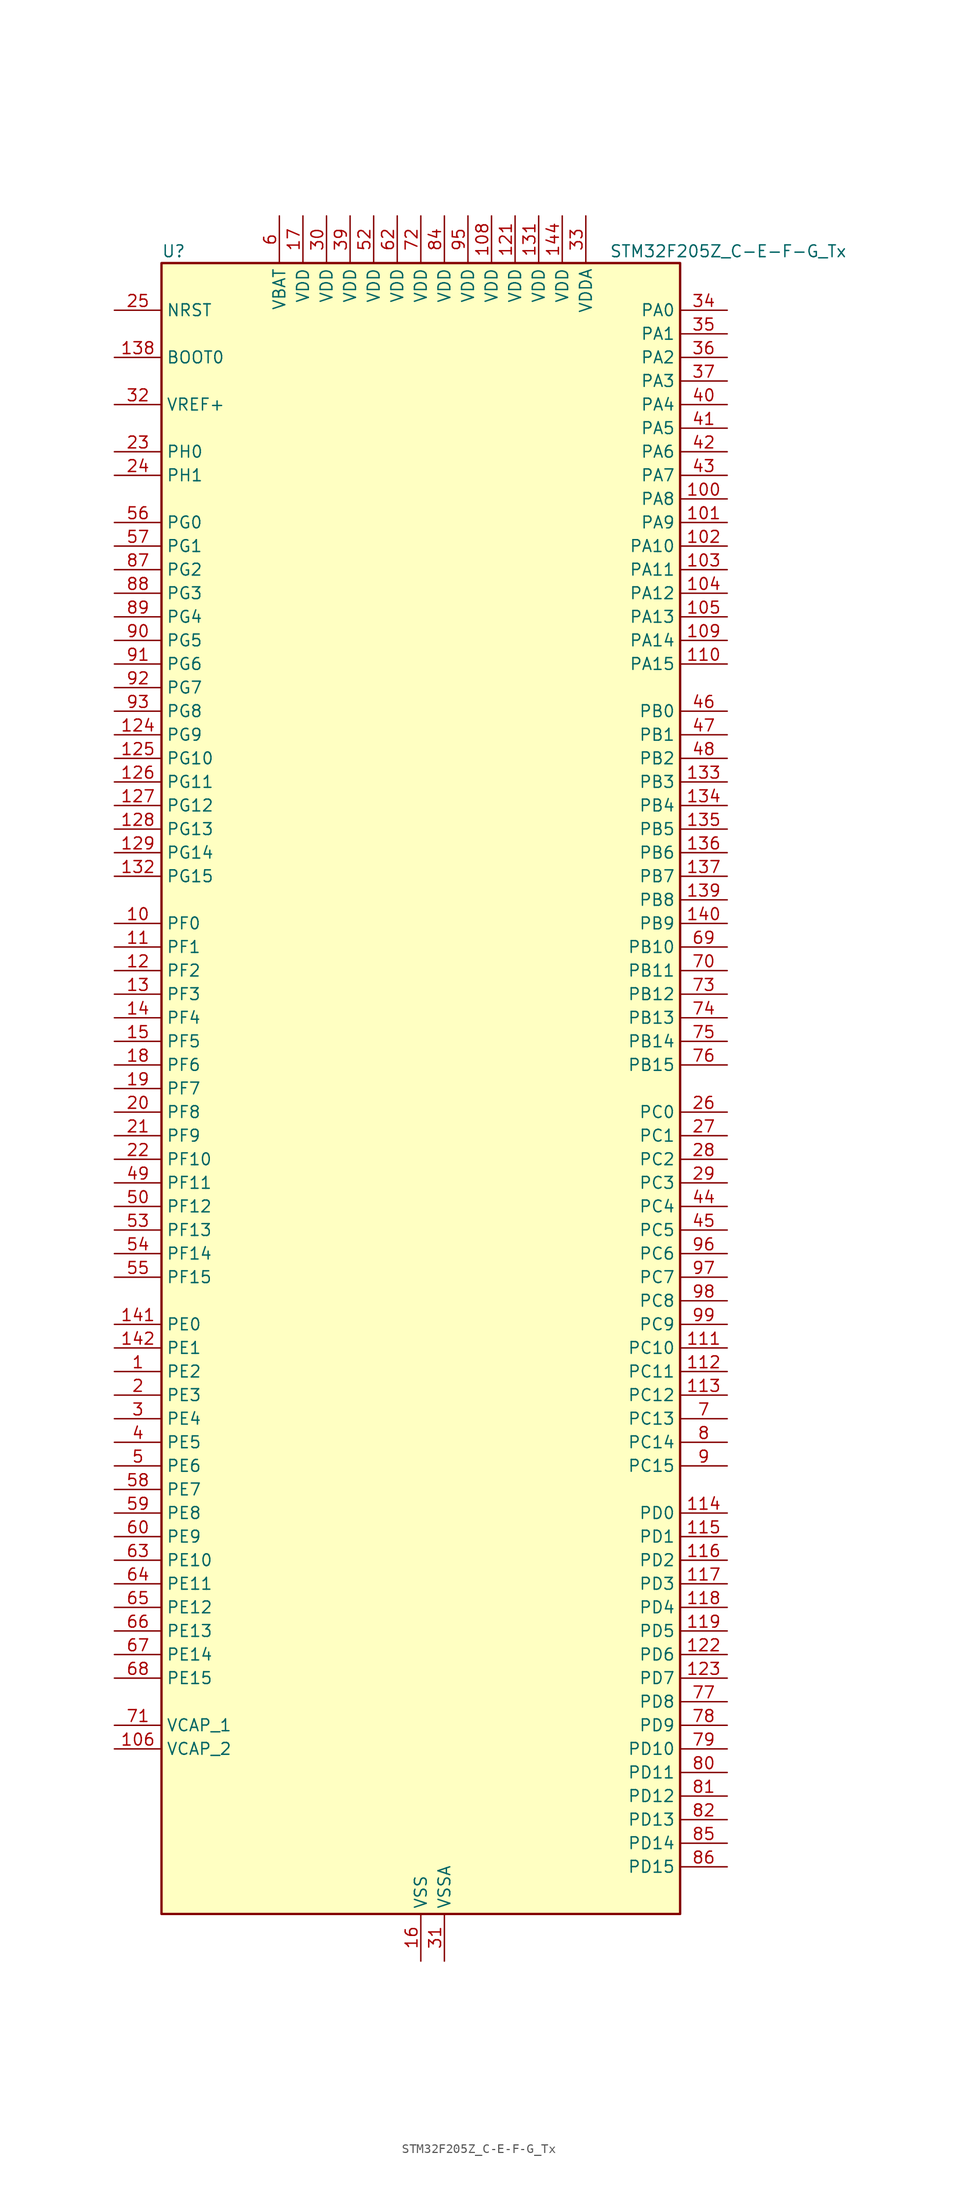
<source format=kicad_sym>
(kicad_symbol_lib
  (version 20241209)
  (generator "kicad_symbol_editor")
  (generator_version "9.0")
  (symbol "STM32F205Z_C-E-F-G_Tx"
    (property "Reference" "U"
      (at -27.94 90.17 0)
      (effects (font (size 1.27 1.27)) (justify left)))
    (property "Value" "STM32F205Z_C-E-F-G_Tx"
      (at 20.32 90.17 0)
      (effects (font (size 1.27 1.27)) (justify left)))
    (symbol "STM32F205Z_C-E-F-G_Tx_0_1"
      (rectangle (start -27.94 -88.9) (end 27.94 88.9) (stroke (width 0.254) (type default)) (fill (type background))))
    (symbol "STM32F205Z_C-E-F-G_Tx_1_1"
      (pin input line (at -33.02 83.82 0) (length 5.08) (name "NRST" (effects (font (size 1.27 1.27)))) (number "25" (effects (font (size 1.27 1.27)))))
      (pin input line (at -33.02 78.74 0) (length 5.08) (name "BOOT0" (effects (font (size 1.27 1.27)))) (number "138" (effects (font (size 1.27 1.27)))))
      (pin input line (at -33.02 73.66 0) (length 5.08) (name "VREF+" (effects (font (size 1.27 1.27)))) (number "32" (effects (font (size 1.27 1.27)))))
      (pin bidirectional line (at -33.02 68.58 0) (length 5.08) (name "PH0" (effects (font (size 1.27 1.27)))) (number "23" (effects (font (size 1.27 1.27)))) (alternate "RCC_OSC_IN" bidirectional line))
      (pin bidirectional line (at -33.02 66.04 0) (length 5.08) (name "PH1" (effects (font (size 1.27 1.27)))) (number "24" (effects (font (size 1.27 1.27)))) (alternate "RCC_OSC_OUT" bidirectional line))
      (pin bidirectional line (at -33.02 60.96 0) (length 5.08) (name "PG0" (effects (font (size 1.27 1.27)))) (number "56" (effects (font (size 1.27 1.27)))) (alternate "FSMC_A10" bidirectional line))
      (pin bidirectional line (at -33.02 58.42 0) (length 5.08) (name "PG1" (effects (font (size 1.27 1.27)))) (number "57" (effects (font (size 1.27 1.27)))) (alternate "FSMC_A11" bidirectional line))
      (pin bidirectional line (at -33.02 55.88 0) (length 5.08) (name "PG2" (effects (font (size 1.27 1.27)))) (number "87" (effects (font (size 1.27 1.27)))) (alternate "FSMC_A12" bidirectional line))
      (pin bidirectional line (at -33.02 53.34 0) (length 5.08) (name "PG3" (effects (font (size 1.27 1.27)))) (number "88" (effects (font (size 1.27 1.27)))) (alternate "FSMC_A13" bidirectional line))
      (pin bidirectional line (at -33.02 50.8 0) (length 5.08) (name "PG4" (effects (font (size 1.27 1.27)))) (number "89" (effects (font (size 1.27 1.27)))) (alternate "FSMC_A14" bidirectional line))
      (pin bidirectional line (at -33.02 48.26 0) (length 5.08) (name "PG5" (effects (font (size 1.27 1.27)))) (number "90" (effects (font (size 1.27 1.27)))) (alternate "FSMC_A15" bidirectional line))
      (pin bidirectional line (at -33.02 45.72 0) (length 5.08) (name "PG6" (effects (font (size 1.27 1.27)))) (number "91" (effects (font (size 1.27 1.27)))) (alternate "FSMC_INT2" bidirectional line))
      (pin bidirectional line (at -33.02 43.18 0) (length 5.08) (name "PG7" (effects (font (size 1.27 1.27)))) (number "92" (effects (font (size 1.27 1.27)))) (alternate "FSMC_INT3" bidirectional line) (alternate "USART6_CK" bidirectional line))
      (pin bidirectional line (at -33.02 40.64 0) (length 5.08) (name "PG8" (effects (font (size 1.27 1.27)))) (number "93" (effects (font (size 1.27 1.27)))) (alternate "USART6_RTS" bidirectional line))
      (pin bidirectional line (at -33.02 38.1 0) (length 5.08) (name "PG9" (effects (font (size 1.27 1.27)))) (number "124" (effects (font (size 1.27 1.27)))) (alternate "DAC_EXTI9" bidirectional line) (alternate "FSMC_NCE3" bidirectional line) (alternate "FSMC_NE2" bidirectional line) (alternate "USART6_RX" bidirectional line))
      (pin bidirectional line (at -33.02 35.56 0) (length 5.08) (name "PG10" (effects (font (size 1.27 1.27)))) (number "125" (effects (font (size 1.27 1.27)))) (alternate "FSMC_NCE4_1" bidirectional line) (alternate "FSMC_NE3" bidirectional line))
      (pin bidirectional line (at -33.02 33.02 0) (length 5.08) (name "PG11" (effects (font (size 1.27 1.27)))) (number "126" (effects (font (size 1.27 1.27)))) (alternate "ADC1_EXTI11" bidirectional line) (alternate "ADC2_EXTI11" bidirectional line) (alternate "ADC3_EXTI11" bidirectional line) (alternate "FSMC_NCE4_2" bidirectional line))
      (pin bidirectional line (at -33.02 30.48 0) (length 5.08) (name "PG12" (effects (font (size 1.27 1.27)))) (number "127" (effects (font (size 1.27 1.27)))) (alternate "FSMC_NE4" bidirectional line) (alternate "USART6_RTS" bidirectional line))
      (pin bidirectional line (at -33.02 27.94 0) (length 5.08) (name "PG13" (effects (font (size 1.27 1.27)))) (number "128" (effects (font (size 1.27 1.27)))) (alternate "FSMC_A24" bidirectional line) (alternate "USART6_CTS" bidirectional line))
      (pin bidirectional line (at -33.02 25.4 0) (length 5.08) (name "PG14" (effects (font (size 1.27 1.27)))) (number "129" (effects (font (size 1.27 1.27)))) (alternate "FSMC_A25" bidirectional line) (alternate "USART6_TX" bidirectional line))
      (pin bidirectional line (at -33.02 22.86 0) (length 5.08) (name "PG15" (effects (font (size 1.27 1.27)))) (number "132" (effects (font (size 1.27 1.27)))) (alternate "ADC1_EXTI15" bidirectional line) (alternate "ADC2_EXTI15" bidirectional line) (alternate "ADC3_EXTI15" bidirectional line) (alternate "USART6_CTS" bidirectional line))
      (pin bidirectional line (at -33.02 17.78 0) (length 5.08) (name "PF0" (effects (font (size 1.27 1.27)))) (number "10" (effects (font (size 1.27 1.27)))) (alternate "FSMC_A0" bidirectional line) (alternate "I2C2_SDA" bidirectional line))
      (pin bidirectional line (at -33.02 15.24 0) (length 5.08) (name "PF1" (effects (font (size 1.27 1.27)))) (number "11" (effects (font (size 1.27 1.27)))) (alternate "FSMC_A1" bidirectional line) (alternate "I2C2_SCL" bidirectional line))
      (pin bidirectional line (at -33.02 12.7 0) (length 5.08) (name "PF2" (effects (font (size 1.27 1.27)))) (number "12" (effects (font (size 1.27 1.27)))) (alternate "FSMC_A2" bidirectional line) (alternate "I2C2_SMBA" bidirectional line))
      (pin bidirectional line (at -33.02 10.16 0) (length 5.08) (name "PF3" (effects (font (size 1.27 1.27)))) (number "13" (effects (font (size 1.27 1.27)))) (alternate "ADC3_IN9" bidirectional line) (alternate "FSMC_A3" bidirectional line))
      (pin bidirectional line (at -33.02 7.62 0) (length 5.08) (name "PF4" (effects (font (size 1.27 1.27)))) (number "14" (effects (font (size 1.27 1.27)))) (alternate "ADC3_IN14" bidirectional line) (alternate "FSMC_A4" bidirectional line))
      (pin bidirectional line (at -33.02 5.08 0) (length 5.08) (name "PF5" (effects (font (size 1.27 1.27)))) (number "15" (effects (font (size 1.27 1.27)))) (alternate "ADC3_IN15" bidirectional line) (alternate "FSMC_A5" bidirectional line))
      (pin bidirectional line (at -33.02 2.54 0) (length 5.08) (name "PF6" (effects (font (size 1.27 1.27)))) (number "18" (effects (font (size 1.27 1.27)))) (alternate "ADC3_IN4" bidirectional line) (alternate "FSMC_NIORD" bidirectional line) (alternate "TIM10_CH1" bidirectional line))
      (pin bidirectional line (at -33.02 0 0) (length 5.08) (name "PF7" (effects (font (size 1.27 1.27)))) (number "19" (effects (font (size 1.27 1.27)))) (alternate "ADC3_IN5" bidirectional line) (alternate "FSMC_NREG" bidirectional line) (alternate "TIM11_CH1" bidirectional line))
      (pin bidirectional line (at -33.02 -2.54 0) (length 5.08) (name "PF8" (effects (font (size 1.27 1.27)))) (number "20" (effects (font (size 1.27 1.27)))) (alternate "ADC3_IN6" bidirectional line) (alternate "FSMC_NIOWR" bidirectional line) (alternate "TIM13_CH1" bidirectional line))
      (pin bidirectional line (at -33.02 -5.08 0) (length 5.08) (name "PF9" (effects (font (size 1.27 1.27)))) (number "21" (effects (font (size 1.27 1.27)))) (alternate "ADC3_IN7" bidirectional line) (alternate "DAC_EXTI9" bidirectional line) (alternate "FSMC_CD" bidirectional line) (alternate "TIM14_CH1" bidirectional line))
      (pin bidirectional line (at -33.02 -7.62 0) (length 5.08) (name "PF10" (effects (font (size 1.27 1.27)))) (number "22" (effects (font (size 1.27 1.27)))) (alternate "ADC3_IN8" bidirectional line) (alternate "FSMC_INTR" bidirectional line))
      (pin bidirectional line (at -33.02 -10.16 0) (length 5.08) (name "PF11" (effects (font (size 1.27 1.27)))) (number "49" (effects (font (size 1.27 1.27)))) (alternate "ADC1_EXTI11" bidirectional line) (alternate "ADC2_EXTI11" bidirectional line) (alternate "ADC3_EXTI11" bidirectional line))
      (pin bidirectional line (at -33.02 -12.7 0) (length 5.08) (name "PF12" (effects (font (size 1.27 1.27)))) (number "50" (effects (font (size 1.27 1.27)))) (alternate "FSMC_A6" bidirectional line))
      (pin bidirectional line (at -33.02 -15.24 0) (length 5.08) (name "PF13" (effects (font (size 1.27 1.27)))) (number "53" (effects (font (size 1.27 1.27)))) (alternate "FSMC_A7" bidirectional line))
      (pin bidirectional line (at -33.02 -17.78 0) (length 5.08) (name "PF14" (effects (font (size 1.27 1.27)))) (number "54" (effects (font (size 1.27 1.27)))) (alternate "FSMC_A8" bidirectional line))
      (pin bidirectional line (at -33.02 -20.32 0) (length 5.08) (name "PF15" (effects (font (size 1.27 1.27)))) (number "55" (effects (font (size 1.27 1.27)))) (alternate "ADC1_EXTI15" bidirectional line) (alternate "ADC2_EXTI15" bidirectional line) (alternate "ADC3_EXTI15" bidirectional line) (alternate "FSMC_A9" bidirectional line))
      (pin bidirectional line (at -33.02 -25.4 0) (length 5.08) (name "PE0" (effects (font (size 1.27 1.27)))) (number "141" (effects (font (size 1.27 1.27)))) (alternate "FSMC_NBL0" bidirectional line) (alternate "TIM4_ETR" bidirectional line))
      (pin bidirectional line (at -33.02 -27.94 0) (length 5.08) (name "PE1" (effects (font (size 1.27 1.27)))) (number "142" (effects (font (size 1.27 1.27)))) (alternate "FSMC_NBL1" bidirectional line))
      (pin bidirectional line (at -33.02 -30.48 0) (length 5.08) (name "PE2" (effects (font (size 1.27 1.27)))) (number "1" (effects (font (size 1.27 1.27)))) (alternate "FSMC_A23" bidirectional line) (alternate "SYS_TRACECLK" bidirectional line))
      (pin bidirectional line (at -33.02 -33.02 0) (length 5.08) (name "PE3" (effects (font (size 1.27 1.27)))) (number "2" (effects (font (size 1.27 1.27)))) (alternate "FSMC_A19" bidirectional line) (alternate "SYS_TRACED0" bidirectional line))
      (pin bidirectional line (at -33.02 -35.56 0) (length 5.08) (name "PE4" (effects (font (size 1.27 1.27)))) (number "3" (effects (font (size 1.27 1.27)))) (alternate "FSMC_A20" bidirectional line) (alternate "SYS_TRACED1" bidirectional line))
      (pin bidirectional line (at -33.02 -38.1 0) (length 5.08) (name "PE5" (effects (font (size 1.27 1.27)))) (number "4" (effects (font (size 1.27 1.27)))) (alternate "FSMC_A21" bidirectional line) (alternate "SYS_TRACED2" bidirectional line) (alternate "TIM9_CH1" bidirectional line))
      (pin bidirectional line (at -33.02 -40.64 0) (length 5.08) (name "PE6" (effects (font (size 1.27 1.27)))) (number "5" (effects (font (size 1.27 1.27)))) (alternate "FSMC_A22" bidirectional line) (alternate "SYS_TRACED3" bidirectional line) (alternate "TIM9_CH2" bidirectional line))
      (pin bidirectional line (at -33.02 -43.18 0) (length 5.08) (name "PE7" (effects (font (size 1.27 1.27)))) (number "58" (effects (font (size 1.27 1.27)))) (alternate "FSMC_D4" bidirectional line) (alternate "FSMC_DA4" bidirectional line) (alternate "TIM1_ETR" bidirectional line))
      (pin bidirectional line (at -33.02 -45.72 0) (length 5.08) (name "PE8" (effects (font (size 1.27 1.27)))) (number "59" (effects (font (size 1.27 1.27)))) (alternate "FSMC_D5" bidirectional line) (alternate "FSMC_DA5" bidirectional line) (alternate "TIM1_CH1N" bidirectional line))
      (pin bidirectional line (at -33.02 -48.26 0) (length 5.08) (name "PE9" (effects (font (size 1.27 1.27)))) (number "60" (effects (font (size 1.27 1.27)))) (alternate "DAC_EXTI9" bidirectional line) (alternate "FSMC_D6" bidirectional line) (alternate "FSMC_DA6" bidirectional line) (alternate "TIM1_CH1" bidirectional line))
      (pin bidirectional line (at -33.02 -50.8 0) (length 5.08) (name "PE10" (effects (font (size 1.27 1.27)))) (number "63" (effects (font (size 1.27 1.27)))) (alternate "FSMC_D7" bidirectional line) (alternate "FSMC_DA7" bidirectional line) (alternate "TIM1_CH2N" bidirectional line))
      (pin bidirectional line (at -33.02 -53.34 0) (length 5.08) (name "PE11" (effects (font (size 1.27 1.27)))) (number "64" (effects (font (size 1.27 1.27)))) (alternate "ADC1_EXTI11" bidirectional line) (alternate "ADC2_EXTI11" bidirectional line) (alternate "ADC3_EXTI11" bidirectional line) (alternate "FSMC_D8" bidirectional line) (alternate "FSMC_DA8" bidirectional line) (alternate "TIM1_CH2" bidirectional line))
      (pin bidirectional line (at -33.02 -55.88 0) (length 5.08) (name "PE12" (effects (font (size 1.27 1.27)))) (number "65" (effects (font (size 1.27 1.27)))) (alternate "FSMC_D9" bidirectional line) (alternate "FSMC_DA9" bidirectional line) (alternate "TIM1_CH3N" bidirectional line))
      (pin bidirectional line (at -33.02 -58.42 0) (length 5.08) (name "PE13" (effects (font (size 1.27 1.27)))) (number "66" (effects (font (size 1.27 1.27)))) (alternate "FSMC_D10" bidirectional line) (alternate "FSMC_DA10" bidirectional line) (alternate "TIM1_CH3" bidirectional line))
      (pin bidirectional line (at -33.02 -60.96 0) (length 5.08) (name "PE14" (effects (font (size 1.27 1.27)))) (number "67" (effects (font (size 1.27 1.27)))) (alternate "FSMC_D11" bidirectional line) (alternate "FSMC_DA11" bidirectional line) (alternate "TIM1_CH4" bidirectional line))
      (pin bidirectional line (at -33.02 -63.5 0) (length 5.08) (name "PE15" (effects (font (size 1.27 1.27)))) (number "68" (effects (font (size 1.27 1.27)))) (alternate "ADC1_EXTI15" bidirectional line) (alternate "ADC2_EXTI15" bidirectional line) (alternate "ADC3_EXTI15" bidirectional line) (alternate "FSMC_D12" bidirectional line) (alternate "FSMC_DA12" bidirectional line) (alternate "TIM1_BKIN" bidirectional line))
      (pin power_out line (at -33.02 -68.58 0) (length 5.08) (name "VCAP_1" (effects (font (size 1.27 1.27)))) (number "71" (effects (font (size 1.27 1.27)))))
      (pin power_out line (at -33.02 -71.12 0) (length 5.08) (name "VCAP_2" (effects (font (size 1.27 1.27)))) (number "106" (effects (font (size 1.27 1.27)))))
      (pin no_connect line (at -27.94 -88.9 0) (length 5.08) (hide yes) (name "RFU" (effects (font (size 1.27 1.27)))) (number "143" (effects (font (size 1.27 1.27)))))
      (pin power_in line (at -15.24 93.98 270) (length 5.08) (name "VBAT" (effects (font (size 1.27 1.27)))) (number "6" (effects (font (size 1.27 1.27)))))
      (pin power_in line (at -12.7 93.98 270) (length 5.08) (name "VDD" (effects (font (size 1.27 1.27)))) (number "17" (effects (font (size 1.27 1.27)))))
      (pin power_in line (at -10.16 93.98 270) (length 5.08) (name "VDD" (effects (font (size 1.27 1.27)))) (number "30" (effects (font (size 1.27 1.27)))))
      (pin power_in line (at -7.62 93.98 270) (length 5.08) (name "VDD" (effects (font (size 1.27 1.27)))) (number "39" (effects (font (size 1.27 1.27)))))
      (pin power_in line (at -5.08 93.98 270) (length 5.08) (name "VDD" (effects (font (size 1.27 1.27)))) (number "52" (effects (font (size 1.27 1.27)))))
      (pin power_in line (at -2.54 93.98 270) (length 5.08) (name "VDD" (effects (font (size 1.27 1.27)))) (number "62" (effects (font (size 1.27 1.27)))))
      (pin power_in line (at 0 93.98 270) (length 5.08) (name "VDD" (effects (font (size 1.27 1.27)))) (number "72" (effects (font (size 1.27 1.27)))))
      (pin passive line (at 0 -93.98 90) (length 5.08) (hide yes) (name "VSS" (effects (font (size 1.27 1.27)))) (number "107" (effects (font (size 1.27 1.27)))))
      (pin passive line (at 0 -93.98 90) (length 5.08) (hide yes) (name "VSS" (effects (font (size 1.27 1.27)))) (number "120" (effects (font (size 1.27 1.27)))))
      (pin passive line (at 0 -93.98 90) (length 5.08) (hide yes) (name "VSS" (effects (font (size 1.27 1.27)))) (number "130" (effects (font (size 1.27 1.27)))))
      (pin power_in line (at 0 -93.98 90) (length 5.08) (name "VSS" (effects (font (size 1.27 1.27)))) (number "16" (effects (font (size 1.27 1.27)))))
      (pin passive line (at 0 -93.98 90) (length 5.08) (hide yes) (name "VSS" (effects (font (size 1.27 1.27)))) (number "38" (effects (font (size 1.27 1.27)))))
      (pin passive line (at 0 -93.98 90) (length 5.08) (hide yes) (name "VSS" (effects (font (size 1.27 1.27)))) (number "51" (effects (font (size 1.27 1.27)))))
      (pin passive line (at 0 -93.98 90) (length 5.08) (hide yes) (name "VSS" (effects (font (size 1.27 1.27)))) (number "61" (effects (font (size 1.27 1.27)))))
      (pin passive line (at 0 -93.98 90) (length 5.08) (hide yes) (name "VSS" (effects (font (size 1.27 1.27)))) (number "83" (effects (font (size 1.27 1.27)))))
      (pin passive line (at 0 -93.98 90) (length 5.08) (hide yes) (name "VSS" (effects (font (size 1.27 1.27)))) (number "94" (effects (font (size 1.27 1.27)))))
      (pin power_in line (at 2.54 93.98 270) (length 5.08) (name "VDD" (effects (font (size 1.27 1.27)))) (number "84" (effects (font (size 1.27 1.27)))))
      (pin power_in line (at 2.54 -93.98 90) (length 5.08) (name "VSSA" (effects (font (size 1.27 1.27)))) (number "31" (effects (font (size 1.27 1.27)))))
      (pin power_in line (at 5.08 93.98 270) (length 5.08) (name "VDD" (effects (font (size 1.27 1.27)))) (number "95" (effects (font (size 1.27 1.27)))))
      (pin power_in line (at 7.62 93.98 270) (length 5.08) (name "VDD" (effects (font (size 1.27 1.27)))) (number "108" (effects (font (size 1.27 1.27)))))
      (pin power_in line (at 10.16 93.98 270) (length 5.08) (name "VDD" (effects (font (size 1.27 1.27)))) (number "121" (effects (font (size 1.27 1.27)))))
      (pin power_in line (at 12.7 93.98 270) (length 5.08) (name "VDD" (effects (font (size 1.27 1.27)))) (number "131" (effects (font (size 1.27 1.27)))))
      (pin power_in line (at 15.24 93.98 270) (length 5.08) (name "VDD" (effects (font (size 1.27 1.27)))) (number "144" (effects (font (size 1.27 1.27)))))
      (pin power_in line (at 17.78 93.98 270) (length 5.08) (name "VDDA" (effects (font (size 1.27 1.27)))) (number "33" (effects (font (size 1.27 1.27)))))
      (pin bidirectional line (at 33.02 83.82 180) (length 5.08) (name "PA0" (effects (font (size 1.27 1.27)))) (number "34" (effects (font (size 1.27 1.27)))) (alternate "ADC1_IN0" bidirectional line) (alternate "ADC2_IN0" bidirectional line) (alternate "ADC3_IN0" bidirectional line) (alternate "SYS_WKUP" bidirectional line) (alternate "TIM2_CH1" bidirectional line) (alternate "TIM2_ETR" bidirectional line) (alternate "TIM5_CH1" bidirectional line) (alternate "TIM8_ETR" bidirectional line) (alternate "UART4_TX" bidirectional line) (alternate "USART2_CTS" bidirectional line))
      (pin bidirectional line (at 33.02 81.28 180) (length 5.08) (name "PA1" (effects (font (size 1.27 1.27)))) (number "35" (effects (font (size 1.27 1.27)))) (alternate "ADC1_IN1" bidirectional line) (alternate "ADC2_IN1" bidirectional line) (alternate "ADC3_IN1" bidirectional line) (alternate "TIM2_CH2" bidirectional line) (alternate "TIM5_CH2" bidirectional line) (alternate "UART4_RX" bidirectional line) (alternate "USART2_RTS" bidirectional line))
      (pin bidirectional line (at 33.02 78.74 180) (length 5.08) (name "PA2" (effects (font (size 1.27 1.27)))) (number "36" (effects (font (size 1.27 1.27)))) (alternate "ADC1_IN2" bidirectional line) (alternate "ADC2_IN2" bidirectional line) (alternate "ADC3_IN2" bidirectional line) (alternate "TIM2_CH3" bidirectional line) (alternate "TIM5_CH3" bidirectional line) (alternate "TIM9_CH1" bidirectional line) (alternate "USART2_TX" bidirectional line))
      (pin bidirectional line (at 33.02 76.2 180) (length 5.08) (name "PA3" (effects (font (size 1.27 1.27)))) (number "37" (effects (font (size 1.27 1.27)))) (alternate "ADC1_IN3" bidirectional line) (alternate "ADC2_IN3" bidirectional line) (alternate "ADC3_IN3" bidirectional line) (alternate "TIM2_CH4" bidirectional line) (alternate "TIM5_CH4" bidirectional line) (alternate "TIM9_CH2" bidirectional line) (alternate "USART2_RX" bidirectional line) (alternate "USB_OTG_HS_ULPI_D0" bidirectional line))
      (pin bidirectional line (at 33.02 73.66 180) (length 5.08) (name "PA4" (effects (font (size 1.27 1.27)))) (number "40" (effects (font (size 1.27 1.27)))) (alternate "ADC1_IN4" bidirectional line) (alternate "ADC2_IN4" bidirectional line) (alternate "DAC_OUT1" bidirectional line) (alternate "I2S3_WS" bidirectional line) (alternate "SPI1_NSS" bidirectional line) (alternate "SPI3_NSS" bidirectional line) (alternate "USART2_CK" bidirectional line) (alternate "USB_OTG_HS_SOF" bidirectional line))
      (pin bidirectional line (at 33.02 71.12 180) (length 5.08) (name "PA5" (effects (font (size 1.27 1.27)))) (number "41" (effects (font (size 1.27 1.27)))) (alternate "ADC1_IN5" bidirectional line) (alternate "ADC2_IN5" bidirectional line) (alternate "DAC_OUT2" bidirectional line) (alternate "SPI1_SCK" bidirectional line) (alternate "TIM2_CH1" bidirectional line) (alternate "TIM2_ETR" bidirectional line) (alternate "TIM8_CH1N" bidirectional line) (alternate "USB_OTG_HS_ULPI_CK" bidirectional line))
      (pin bidirectional line (at 33.02 68.58 180) (length 5.08) (name "PA6" (effects (font (size 1.27 1.27)))) (number "42" (effects (font (size 1.27 1.27)))) (alternate "ADC1_IN6" bidirectional line) (alternate "ADC2_IN6" bidirectional line) (alternate "SPI1_MISO" bidirectional line) (alternate "TIM13_CH1" bidirectional line) (alternate "TIM1_BKIN" bidirectional line) (alternate "TIM3_CH1" bidirectional line) (alternate "TIM8_BKIN" bidirectional line))
      (pin bidirectional line (at 33.02 66.04 180) (length 5.08) (name "PA7" (effects (font (size 1.27 1.27)))) (number "43" (effects (font (size 1.27 1.27)))) (alternate "ADC1_IN7" bidirectional line) (alternate "ADC2_IN7" bidirectional line) (alternate "SPI1_MOSI" bidirectional line) (alternate "TIM14_CH1" bidirectional line) (alternate "TIM1_CH1N" bidirectional line) (alternate "TIM3_CH2" bidirectional line) (alternate "TIM8_CH1N" bidirectional line))
      (pin bidirectional line (at 33.02 63.5 180) (length 5.08) (name "PA8" (effects (font (size 1.27 1.27)))) (number "100" (effects (font (size 1.27 1.27)))) (alternate "I2C3_SCL" bidirectional line) (alternate "RCC_MCO_1" bidirectional line) (alternate "TIM1_CH1" bidirectional line) (alternate "USART1_CK" bidirectional line) (alternate "USB_OTG_FS_SOF" bidirectional line))
      (pin bidirectional line (at 33.02 60.96 180) (length 5.08) (name "PA9" (effects (font (size 1.27 1.27)))) (number "101" (effects (font (size 1.27 1.27)))) (alternate "DAC_EXTI9" bidirectional line) (alternate "I2C3_SMBA" bidirectional line) (alternate "TIM1_CH2" bidirectional line) (alternate "USART1_TX" bidirectional line) (alternate "USB_OTG_FS_VBUS" bidirectional line))
      (pin bidirectional line (at 33.02 58.42 180) (length 5.08) (name "PA10" (effects (font (size 1.27 1.27)))) (number "102" (effects (font (size 1.27 1.27)))) (alternate "TIM1_CH3" bidirectional line) (alternate "USART1_RX" bidirectional line) (alternate "USB_OTG_FS_ID" bidirectional line))
      (pin bidirectional line (at 33.02 55.88 180) (length 5.08) (name "PA11" (effects (font (size 1.27 1.27)))) (number "103" (effects (font (size 1.27 1.27)))) (alternate "ADC1_EXTI11" bidirectional line) (alternate "ADC2_EXTI11" bidirectional line) (alternate "ADC3_EXTI11" bidirectional line) (alternate "CAN1_RX" bidirectional line) (alternate "TIM1_CH4" bidirectional line) (alternate "USART1_CTS" bidirectional line) (alternate "USB_OTG_FS_DM" bidirectional line))
      (pin bidirectional line (at 33.02 53.34 180) (length 5.08) (name "PA12" (effects (font (size 1.27 1.27)))) (number "104" (effects (font (size 1.27 1.27)))) (alternate "CAN1_TX" bidirectional line) (alternate "TIM1_ETR" bidirectional line) (alternate "USART1_RTS" bidirectional line) (alternate "USB_OTG_FS_DP" bidirectional line))
      (pin bidirectional line (at 33.02 50.8 180) (length 5.08) (name "PA13" (effects (font (size 1.27 1.27)))) (number "105" (effects (font (size 1.27 1.27)))) (alternate "SYS_JTMS-SWDIO" bidirectional line))
      (pin bidirectional line (at 33.02 48.26 180) (length 5.08) (name "PA14" (effects (font (size 1.27 1.27)))) (number "109" (effects (font (size 1.27 1.27)))) (alternate "SYS_JTCK-SWCLK" bidirectional line))
      (pin bidirectional line (at 33.02 45.72 180) (length 5.08) (name "PA15" (effects (font (size 1.27 1.27)))) (number "110" (effects (font (size 1.27 1.27)))) (alternate "ADC1_EXTI15" bidirectional line) (alternate "ADC2_EXTI15" bidirectional line) (alternate "ADC3_EXTI15" bidirectional line) (alternate "I2S3_WS" bidirectional line) (alternate "SPI1_NSS" bidirectional line) (alternate "SPI3_NSS" bidirectional line) (alternate "SYS_JTDI" bidirectional line) (alternate "TIM2_CH1" bidirectional line) (alternate "TIM2_ETR" bidirectional line))
      (pin bidirectional line (at 33.02 40.64 180) (length 5.08) (name "PB0" (effects (font (size 1.27 1.27)))) (number "46" (effects (font (size 1.27 1.27)))) (alternate "ADC1_IN8" bidirectional line) (alternate "ADC2_IN8" bidirectional line) (alternate "TIM1_CH2N" bidirectional line) (alternate "TIM3_CH3" bidirectional line) (alternate "TIM8_CH2N" bidirectional line) (alternate "USB_OTG_HS_ULPI_D1" bidirectional line))
      (pin bidirectional line (at 33.02 38.1 180) (length 5.08) (name "PB1" (effects (font (size 1.27 1.27)))) (number "47" (effects (font (size 1.27 1.27)))) (alternate "ADC1_IN9" bidirectional line) (alternate "ADC2_IN9" bidirectional line) (alternate "TIM1_CH3N" bidirectional line) (alternate "TIM3_CH4" bidirectional line) (alternate "TIM8_CH3N" bidirectional line) (alternate "USB_OTG_HS_ULPI_D2" bidirectional line))
      (pin bidirectional line (at 33.02 35.56 180) (length 5.08) (name "PB2" (effects (font (size 1.27 1.27)))) (number "48" (effects (font (size 1.27 1.27)))))
      (pin bidirectional line (at 33.02 33.02 180) (length 5.08) (name "PB3" (effects (font (size 1.27 1.27)))) (number "133" (effects (font (size 1.27 1.27)))) (alternate "I2S3_SCK" bidirectional line) (alternate "SPI1_SCK" bidirectional line) (alternate "SPI3_SCK" bidirectional line) (alternate "SYS_JTDO-SWO" bidirectional line) (alternate "TIM2_CH2" bidirectional line))
      (pin bidirectional line (at 33.02 30.48 180) (length 5.08) (name "PB4" (effects (font (size 1.27 1.27)))) (number "134" (effects (font (size 1.27 1.27)))) (alternate "SPI1_MISO" bidirectional line) (alternate "SPI3_MISO" bidirectional line) (alternate "SYS_JTRST" bidirectional line) (alternate "TIM3_CH1" bidirectional line))
      (pin bidirectional line (at 33.02 27.94 180) (length 5.08) (name "PB5" (effects (font (size 1.27 1.27)))) (number "135" (effects (font (size 1.27 1.27)))) (alternate "CAN2_RX" bidirectional line) (alternate "I2C1_SMBA" bidirectional line) (alternate "I2S3_SD" bidirectional line) (alternate "SPI1_MOSI" bidirectional line) (alternate "SPI3_MOSI" bidirectional line) (alternate "TIM3_CH2" bidirectional line) (alternate "USB_OTG_HS_ULPI_D7" bidirectional line))
      (pin bidirectional line (at 33.02 25.4 180) (length 5.08) (name "PB6" (effects (font (size 1.27 1.27)))) (number "136" (effects (font (size 1.27 1.27)))) (alternate "CAN2_TX" bidirectional line) (alternate "I2C1_SCL" bidirectional line) (alternate "TIM4_CH1" bidirectional line) (alternate "USART1_TX" bidirectional line))
      (pin bidirectional line (at 33.02 22.86 180) (length 5.08) (name "PB7" (effects (font (size 1.27 1.27)))) (number "137" (effects (font (size 1.27 1.27)))) (alternate "FSMC_NL" bidirectional line) (alternate "I2C1_SDA" bidirectional line) (alternate "TIM4_CH2" bidirectional line) (alternate "USART1_RX" bidirectional line))
      (pin bidirectional line (at 33.02 20.32 180) (length 5.08) (name "PB8" (effects (font (size 1.27 1.27)))) (number "139" (effects (font (size 1.27 1.27)))) (alternate "CAN1_RX" bidirectional line) (alternate "I2C1_SCL" bidirectional line) (alternate "SDIO_D4" bidirectional line) (alternate "TIM10_CH1" bidirectional line) (alternate "TIM4_CH3" bidirectional line))
      (pin bidirectional line (at 33.02 17.78 180) (length 5.08) (name "PB9" (effects (font (size 1.27 1.27)))) (number "140" (effects (font (size 1.27 1.27)))) (alternate "CAN1_TX" bidirectional line) (alternate "DAC_EXTI9" bidirectional line) (alternate "I2C1_SDA" bidirectional line) (alternate "I2S2_WS" bidirectional line) (alternate "SDIO_D5" bidirectional line) (alternate "SPI2_NSS" bidirectional line) (alternate "TIM11_CH1" bidirectional line) (alternate "TIM4_CH4" bidirectional line))
      (pin bidirectional line (at 33.02 15.24 180) (length 5.08) (name "PB10" (effects (font (size 1.27 1.27)))) (number "69" (effects (font (size 1.27 1.27)))) (alternate "I2C2_SCL" bidirectional line) (alternate "I2S2_SCK" bidirectional line) (alternate "SPI2_SCK" bidirectional line) (alternate "TIM2_CH3" bidirectional line) (alternate "USART3_TX" bidirectional line) (alternate "USB_OTG_HS_ULPI_D3" bidirectional line))
      (pin bidirectional line (at 33.02 12.7 180) (length 5.08) (name "PB11" (effects (font (size 1.27 1.27)))) (number "70" (effects (font (size 1.27 1.27)))) (alternate "ADC1_EXTI11" bidirectional line) (alternate "ADC2_EXTI11" bidirectional line) (alternate "ADC3_EXTI11" bidirectional line) (alternate "I2C2_SDA" bidirectional line) (alternate "TIM2_CH4" bidirectional line) (alternate "USART3_RX" bidirectional line) (alternate "USB_OTG_HS_ULPI_D4" bidirectional line))
      (pin bidirectional line (at 33.02 10.16 180) (length 5.08) (name "PB12" (effects (font (size 1.27 1.27)))) (number "73" (effects (font (size 1.27 1.27)))) (alternate "CAN2_RX" bidirectional line) (alternate "I2C2_SMBA" bidirectional line) (alternate "I2S2_WS" bidirectional line) (alternate "SPI2_NSS" bidirectional line) (alternate "TIM1_BKIN" bidirectional line) (alternate "USART3_CK" bidirectional line) (alternate "USB_OTG_HS_ID" bidirectional line) (alternate "USB_OTG_HS_ULPI_D5" bidirectional line))
      (pin bidirectional line (at 33.02 7.62 180) (length 5.08) (name "PB13" (effects (font (size 1.27 1.27)))) (number "74" (effects (font (size 1.27 1.27)))) (alternate "CAN2_TX" bidirectional line) (alternate "I2S2_SCK" bidirectional line) (alternate "SPI2_SCK" bidirectional line) (alternate "TIM1_CH1N" bidirectional line) (alternate "USART3_CTS" bidirectional line) (alternate "USB_OTG_HS_ULPI_D6" bidirectional line) (alternate "USB_OTG_HS_VBUS" bidirectional line))
      (pin bidirectional line (at 33.02 5.08 180) (length 5.08) (name "PB14" (effects (font (size 1.27 1.27)))) (number "75" (effects (font (size 1.27 1.27)))) (alternate "SPI2_MISO" bidirectional line) (alternate "TIM12_CH1" bidirectional line) (alternate "TIM1_CH2N" bidirectional line) (alternate "TIM8_CH2N" bidirectional line) (alternate "USART3_RTS" bidirectional line) (alternate "USB_OTG_HS_DM" bidirectional line))
      (pin bidirectional line (at 33.02 2.54 180) (length 5.08) (name "PB15" (effects (font (size 1.27 1.27)))) (number "76" (effects (font (size 1.27 1.27)))) (alternate "ADC1_EXTI15" bidirectional line) (alternate "ADC2_EXTI15" bidirectional line) (alternate "ADC3_EXTI15" bidirectional line) (alternate "I2S2_SD" bidirectional line) (alternate "RTC_REFIN" bidirectional line) (alternate "SPI2_MOSI" bidirectional line) (alternate "TIM12_CH2" bidirectional line) (alternate "TIM1_CH3N" bidirectional line) (alternate "TIM8_CH3N" bidirectional line) (alternate "USB_OTG_HS_DP" bidirectional line))
      (pin bidirectional line (at 33.02 -2.54 180) (length 5.08) (name "PC0" (effects (font (size 1.27 1.27)))) (number "26" (effects (font (size 1.27 1.27)))) (alternate "ADC1_IN10" bidirectional line) (alternate "ADC2_IN10" bidirectional line) (alternate "ADC3_IN10" bidirectional line) (alternate "USB_OTG_HS_ULPI_STP" bidirectional line))
      (pin bidirectional line (at 33.02 -5.08 180) (length 5.08) (name "PC1" (effects (font (size 1.27 1.27)))) (number "27" (effects (font (size 1.27 1.27)))) (alternate "ADC1_IN11" bidirectional line) (alternate "ADC2_IN11" bidirectional line) (alternate "ADC3_IN11" bidirectional line))
      (pin bidirectional line (at 33.02 -7.62 180) (length 5.08) (name "PC2" (effects (font (size 1.27 1.27)))) (number "28" (effects (font (size 1.27 1.27)))) (alternate "ADC1_IN12" bidirectional line) (alternate "ADC2_IN12" bidirectional line) (alternate "ADC3_IN12" bidirectional line) (alternate "SPI2_MISO" bidirectional line) (alternate "USB_OTG_HS_ULPI_DIR" bidirectional line))
      (pin bidirectional line (at 33.02 -10.16 180) (length 5.08) (name "PC3" (effects (font (size 1.27 1.27)))) (number "29" (effects (font (size 1.27 1.27)))) (alternate "ADC1_IN13" bidirectional line) (alternate "ADC2_IN13" bidirectional line) (alternate "ADC3_IN13" bidirectional line) (alternate "I2S2_SD" bidirectional line) (alternate "SPI2_MOSI" bidirectional line) (alternate "USB_OTG_HS_ULPI_NXT" bidirectional line))
      (pin bidirectional line (at 33.02 -12.7 180) (length 5.08) (name "PC4" (effects (font (size 1.27 1.27)))) (number "44" (effects (font (size 1.27 1.27)))) (alternate "ADC1_IN14" bidirectional line) (alternate "ADC2_IN14" bidirectional line))
      (pin bidirectional line (at 33.02 -15.24 180) (length 5.08) (name "PC5" (effects (font (size 1.27 1.27)))) (number "45" (effects (font (size 1.27 1.27)))) (alternate "ADC1_IN15" bidirectional line) (alternate "ADC2_IN15" bidirectional line))
      (pin bidirectional line (at 33.02 -17.78 180) (length 5.08) (name "PC6" (effects (font (size 1.27 1.27)))) (number "96" (effects (font (size 1.27 1.27)))) (alternate "I2S2_MCK" bidirectional line) (alternate "SDIO_D6" bidirectional line) (alternate "TIM3_CH1" bidirectional line) (alternate "TIM8_CH1" bidirectional line) (alternate "USART6_TX" bidirectional line))
      (pin bidirectional line (at 33.02 -20.32 180) (length 5.08) (name "PC7" (effects (font (size 1.27 1.27)))) (number "97" (effects (font (size 1.27 1.27)))) (alternate "I2S3_MCK" bidirectional line) (alternate "SDIO_D7" bidirectional line) (alternate "TIM3_CH2" bidirectional line) (alternate "TIM8_CH2" bidirectional line) (alternate "USART6_RX" bidirectional line))
      (pin bidirectional line (at 33.02 -22.86 180) (length 5.08) (name "PC8" (effects (font (size 1.27 1.27)))) (number "98" (effects (font (size 1.27 1.27)))) (alternate "SDIO_D0" bidirectional line) (alternate "TIM3_CH3" bidirectional line) (alternate "TIM8_CH3" bidirectional line) (alternate "USART6_CK" bidirectional line))
      (pin bidirectional line (at 33.02 -25.4 180) (length 5.08) (name "PC9" (effects (font (size 1.27 1.27)))) (number "99" (effects (font (size 1.27 1.27)))) (alternate "DAC_EXTI9" bidirectional line) (alternate "I2C3_SDA" bidirectional line) (alternate "I2S_CKIN" bidirectional line) (alternate "RCC_MCO_2" bidirectional line) (alternate "SDIO_D1" bidirectional line) (alternate "TIM3_CH4" bidirectional line) (alternate "TIM8_CH4" bidirectional line))
      (pin bidirectional line (at 33.02 -27.94 180) (length 5.08) (name "PC10" (effects (font (size 1.27 1.27)))) (number "111" (effects (font (size 1.27 1.27)))) (alternate "I2S3_SCK" bidirectional line) (alternate "SDIO_D2" bidirectional line) (alternate "SPI3_SCK" bidirectional line) (alternate "UART4_TX" bidirectional line) (alternate "USART3_TX" bidirectional line))
      (pin bidirectional line (at 33.02 -30.48 180) (length 5.08) (name "PC11" (effects (font (size 1.27 1.27)))) (number "112" (effects (font (size 1.27 1.27)))) (alternate "ADC1_EXTI11" bidirectional line) (alternate "ADC2_EXTI11" bidirectional line) (alternate "ADC3_EXTI11" bidirectional line) (alternate "SDIO_D3" bidirectional line) (alternate "SPI3_MISO" bidirectional line) (alternate "UART4_RX" bidirectional line) (alternate "USART3_RX" bidirectional line))
      (pin bidirectional line (at 33.02 -33.02 180) (length 5.08) (name "PC12" (effects (font (size 1.27 1.27)))) (number "113" (effects (font (size 1.27 1.27)))) (alternate "I2S3_SD" bidirectional line) (alternate "SDIO_CK" bidirectional line) (alternate "SPI3_MOSI" bidirectional line) (alternate "UART5_TX" bidirectional line) (alternate "USART3_CK" bidirectional line))
      (pin bidirectional line (at 33.02 -35.56 180) (length 5.08) (name "PC13" (effects (font (size 1.27 1.27)))) (number "7" (effects (font (size 1.27 1.27)))) (alternate "RTC_AF1" bidirectional line))
      (pin bidirectional line (at 33.02 -38.1 180) (length 5.08) (name "PC14" (effects (font (size 1.27 1.27)))) (number "8" (effects (font (size 1.27 1.27)))) (alternate "RCC_OSC32_IN" bidirectional line))
      (pin bidirectional line (at 33.02 -40.64 180) (length 5.08) (name "PC15" (effects (font (size 1.27 1.27)))) (number "9" (effects (font (size 1.27 1.27)))) (alternate "ADC1_EXTI15" bidirectional line) (alternate "ADC2_EXTI15" bidirectional line) (alternate "ADC3_EXTI15" bidirectional line) (alternate "RCC_OSC32_OUT" bidirectional line))
      (pin bidirectional line (at 33.02 -45.72 180) (length 5.08) (name "PD0" (effects (font (size 1.27 1.27)))) (number "114" (effects (font (size 1.27 1.27)))) (alternate "CAN1_RX" bidirectional line) (alternate "FSMC_D2" bidirectional line) (alternate "FSMC_DA2" bidirectional line))
      (pin bidirectional line (at 33.02 -48.26 180) (length 5.08) (name "PD1" (effects (font (size 1.27 1.27)))) (number "115" (effects (font (size 1.27 1.27)))) (alternate "CAN1_TX" bidirectional line) (alternate "FSMC_D3" bidirectional line) (alternate "FSMC_DA3" bidirectional line))
      (pin bidirectional line (at 33.02 -50.8 180) (length 5.08) (name "PD2" (effects (font (size 1.27 1.27)))) (number "116" (effects (font (size 1.27 1.27)))) (alternate "SDIO_CMD" bidirectional line) (alternate "TIM3_ETR" bidirectional line) (alternate "UART5_RX" bidirectional line))
      (pin bidirectional line (at 33.02 -53.34 180) (length 5.08) (name "PD3" (effects (font (size 1.27 1.27)))) (number "117" (effects (font (size 1.27 1.27)))) (alternate "FSMC_CLK" bidirectional line) (alternate "USART2_CTS" bidirectional line))
      (pin bidirectional line (at 33.02 -55.88 180) (length 5.08) (name "PD4" (effects (font (size 1.27 1.27)))) (number "118" (effects (font (size 1.27 1.27)))) (alternate "FSMC_NOE" bidirectional line) (alternate "USART2_RTS" bidirectional line))
      (pin bidirectional line (at 33.02 -58.42 180) (length 5.08) (name "PD5" (effects (font (size 1.27 1.27)))) (number "119" (effects (font (size 1.27 1.27)))) (alternate "FSMC_NWE" bidirectional line) (alternate "USART2_TX" bidirectional line))
      (pin bidirectional line (at 33.02 -60.96 180) (length 5.08) (name "PD6" (effects (font (size 1.27 1.27)))) (number "122" (effects (font (size 1.27 1.27)))) (alternate "FSMC_NWAIT" bidirectional line) (alternate "USART2_RX" bidirectional line))
      (pin bidirectional line (at 33.02 -63.5 180) (length 5.08) (name "PD7" (effects (font (size 1.27 1.27)))) (number "123" (effects (font (size 1.27 1.27)))) (alternate "FSMC_NCE2" bidirectional line) (alternate "FSMC_NE1" bidirectional line) (alternate "USART2_CK" bidirectional line))
      (pin bidirectional line (at 33.02 -66.04 180) (length 5.08) (name "PD8" (effects (font (size 1.27 1.27)))) (number "77" (effects (font (size 1.27 1.27)))) (alternate "FSMC_D13" bidirectional line) (alternate "FSMC_DA13" bidirectional line) (alternate "USART3_TX" bidirectional line))
      (pin bidirectional line (at 33.02 -68.58 180) (length 5.08) (name "PD9" (effects (font (size 1.27 1.27)))) (number "78" (effects (font (size 1.27 1.27)))) (alternate "DAC_EXTI9" bidirectional line) (alternate "FSMC_D14" bidirectional line) (alternate "FSMC_DA14" bidirectional line) (alternate "USART3_RX" bidirectional line))
      (pin bidirectional line (at 33.02 -71.12 180) (length 5.08) (name "PD10" (effects (font (size 1.27 1.27)))) (number "79" (effects (font (size 1.27 1.27)))) (alternate "FSMC_D15" bidirectional line) (alternate "FSMC_DA15" bidirectional line) (alternate "USART3_CK" bidirectional line))
      (pin bidirectional line (at 33.02 -73.66 180) (length 5.08) (name "PD11" (effects (font (size 1.27 1.27)))) (number "80" (effects (font (size 1.27 1.27)))) (alternate "ADC1_EXTI11" bidirectional line) (alternate "ADC2_EXTI11" bidirectional line) (alternate "ADC3_EXTI11" bidirectional line) (alternate "FSMC_A16" bidirectional line) (alternate "FSMC_CLE" bidirectional line) (alternate "USART3_CTS" bidirectional line))
      (pin bidirectional line (at 33.02 -76.2 180) (length 5.08) (name "PD12" (effects (font (size 1.27 1.27)))) (number "81" (effects (font (size 1.27 1.27)))) (alternate "FSMC_A17" bidirectional line) (alternate "FSMC_ALE" bidirectional line) (alternate "TIM4_CH1" bidirectional line) (alternate "USART3_RTS" bidirectional line))
      (pin bidirectional line (at 33.02 -78.74 180) (length 5.08) (name "PD13" (effects (font (size 1.27 1.27)))) (number "82" (effects (font (size 1.27 1.27)))) (alternate "FSMC_A18" bidirectional line) (alternate "TIM4_CH2" bidirectional line))
      (pin bidirectional line (at 33.02 -81.28 180) (length 5.08) (name "PD14" (effects (font (size 1.27 1.27)))) (number "85" (effects (font (size 1.27 1.27)))) (alternate "FSMC_D0" bidirectional line) (alternate "FSMC_DA0" bidirectional line) (alternate "TIM4_CH3" bidirectional line))
      (pin bidirectional line (at 33.02 -83.82 180) (length 5.08) (name "PD15" (effects (font (size 1.27 1.27)))) (number "86" (effects (font (size 1.27 1.27)))) (alternate "ADC1_EXTI15" bidirectional line) (alternate "ADC2_EXTI15" bidirectional line) (alternate "ADC3_EXTI15" bidirectional line) (alternate "FSMC_D1" bidirectional line) (alternate "FSMC_DA1" bidirectional line) (alternate "TIM4_CH4" bidirectional line)))))
</source>
